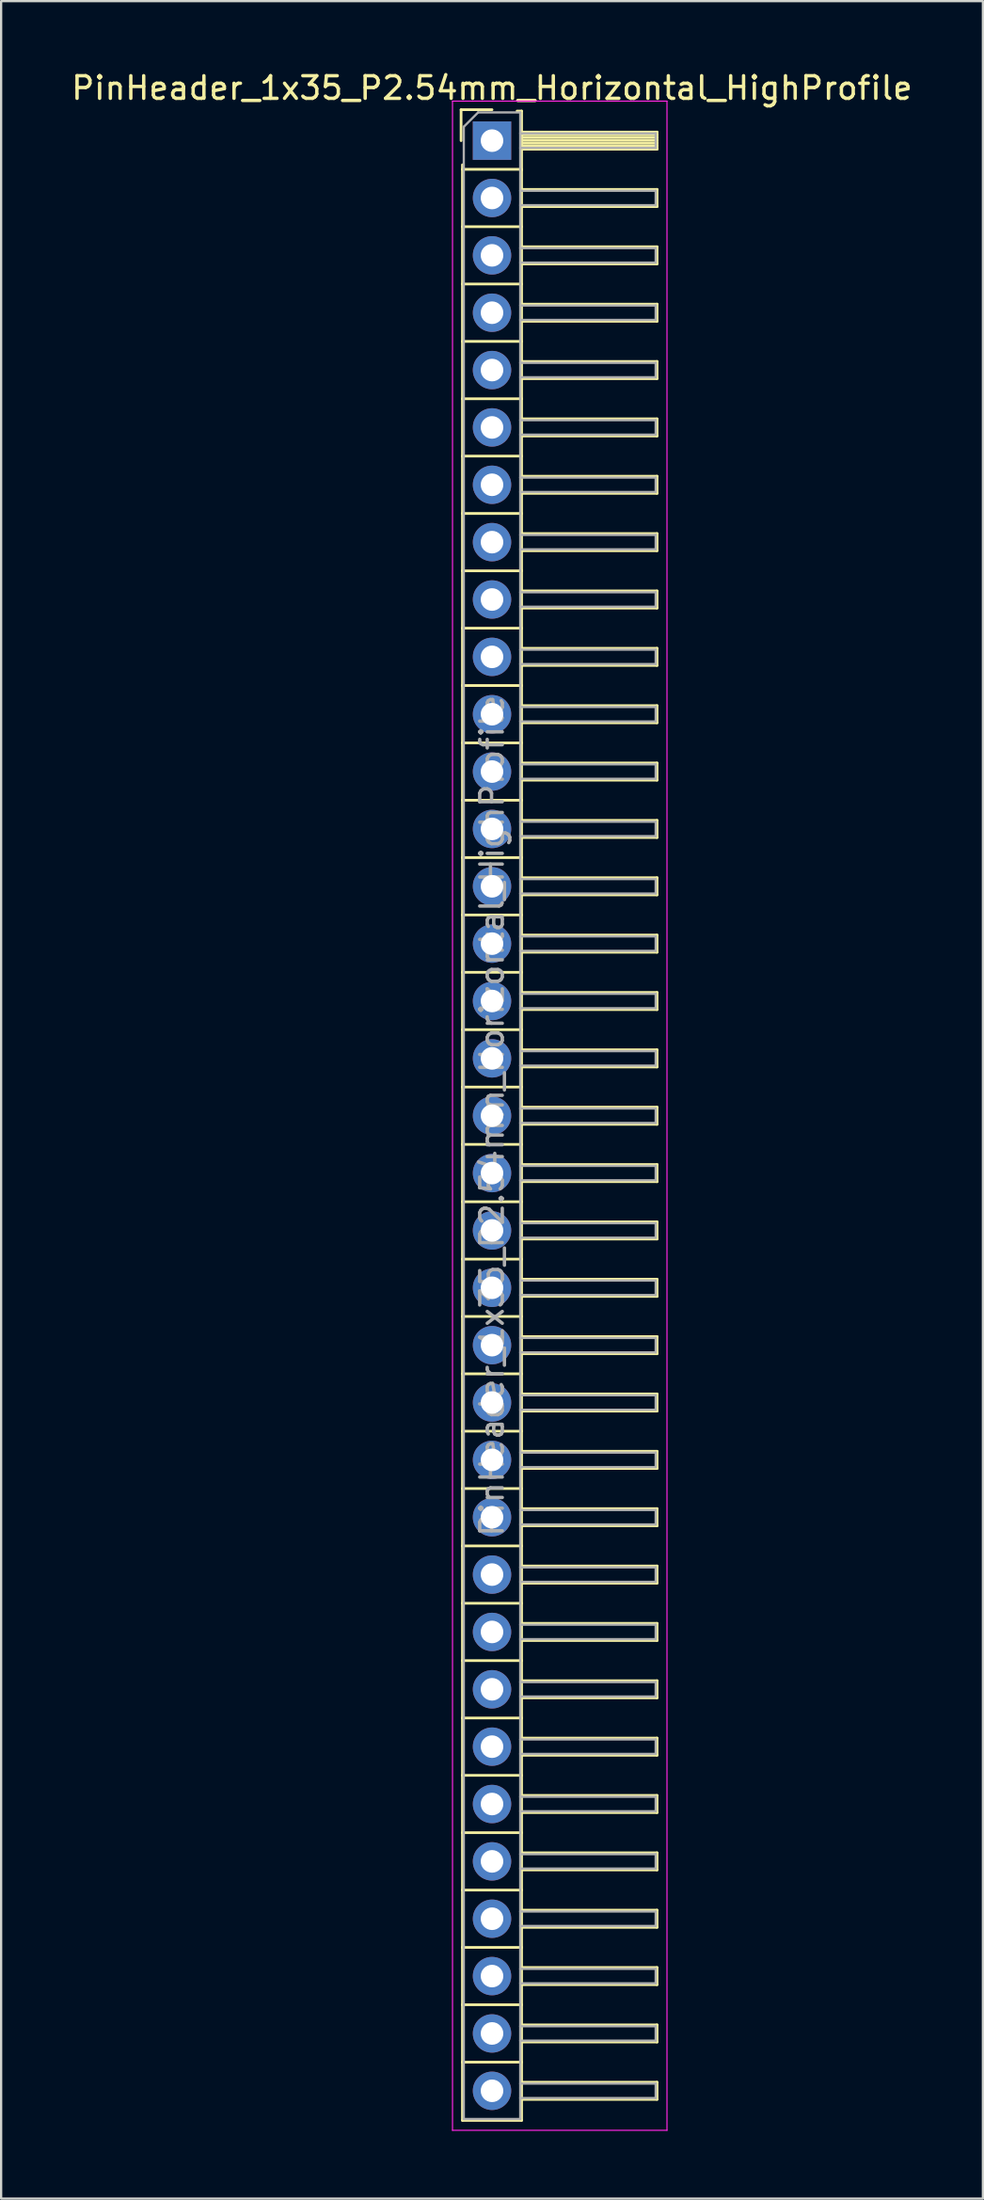
<source format=kicad_pcb>
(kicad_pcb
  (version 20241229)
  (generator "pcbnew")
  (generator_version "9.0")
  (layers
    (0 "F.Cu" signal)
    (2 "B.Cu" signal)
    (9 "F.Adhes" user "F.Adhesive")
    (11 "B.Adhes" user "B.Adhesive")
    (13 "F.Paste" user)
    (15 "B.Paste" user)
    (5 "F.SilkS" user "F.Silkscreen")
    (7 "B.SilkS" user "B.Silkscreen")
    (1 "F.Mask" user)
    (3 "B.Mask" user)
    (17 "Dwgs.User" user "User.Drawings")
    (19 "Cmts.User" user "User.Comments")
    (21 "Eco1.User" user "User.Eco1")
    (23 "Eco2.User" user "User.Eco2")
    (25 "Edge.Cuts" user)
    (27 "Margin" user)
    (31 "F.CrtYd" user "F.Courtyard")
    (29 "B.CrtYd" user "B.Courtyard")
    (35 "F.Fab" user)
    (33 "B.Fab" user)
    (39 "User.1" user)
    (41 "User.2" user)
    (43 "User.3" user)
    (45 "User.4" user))
  (footprint "PinHeader_1x35_P2.54mm_Horizontal_HighProfile"
    (layer "F.Cu")
    (at 18.744 3.178)
    (property "Reference" "PinHeader_1x35_P2.54mm_Horizontal_HighProfile" (at 0 -2.33 0) (layer "F.SilkS") (effects (font (size 1 1) (thickness 0.15))))
    (attr through_hole)
    (fp_line (start -1.37 -1.37) (end -1.37 0) (stroke (width 0.12) (type solid)) (layer "F.SilkS"))
    (fp_line (start -1.37 -1.37) (end 0 -1.37) (stroke (width 0.12) (type solid)) (layer "F.SilkS"))
    (fp_line (start -1.31 1.27) (end -1.31 1.07) (stroke (width 0.12) (type solid)) (layer "F.SilkS"))
    (fp_line (start -1.31 1.27) (end -1.31 3.81) (stroke (width 0.12) (type solid)) (layer "F.SilkS"))
    (fp_line (start -1.31 1.27) (end 1.31 1.27) (stroke (width 0.12) (type solid)) (layer "F.SilkS"))
    (fp_line (start -1.31 3.81) (end -1.31 6.35) (stroke (width 0.12) (type solid)) (layer "F.SilkS"))
    (fp_line (start -1.31 3.81) (end 1.31 3.81) (stroke (width 0.12) (type solid)) (layer "F.SilkS"))
    (fp_line (start -1.31 6.35) (end -1.31 8.89) (stroke (width 0.12) (type solid)) (layer "F.SilkS"))
    (fp_line (start -1.31 6.35) (end 1.31 6.35) (stroke (width 0.12) (type solid)) (layer "F.SilkS"))
    (fp_line (start -1.31 8.89) (end -1.31 11.43) (stroke (width 0.12) (type solid)) (layer "F.SilkS"))
    (fp_line (start -1.31 8.89) (end 1.31 8.89) (stroke (width 0.12) (type solid)) (layer "F.SilkS"))
    (fp_line (start -1.31 11.43) (end -1.31 13.97) (stroke (width 0.12) (type solid)) (layer "F.SilkS"))
    (fp_line (start -1.31 11.43) (end 1.31 11.43) (stroke (width 0.12) (type solid)) (layer "F.SilkS"))
    (fp_line (start -1.31 13.97) (end -1.31 16.51) (stroke (width 0.12) (type solid)) (layer "F.SilkS"))
    (fp_line (start -1.31 13.97) (end 1.31 13.97) (stroke (width 0.12) (type solid)) (layer "F.SilkS"))
    (fp_line (start -1.31 16.51) (end -1.31 19.05) (stroke (width 0.12) (type solid)) (layer "F.SilkS"))
    (fp_line (start -1.31 16.51) (end 1.31 16.51) (stroke (width 0.12) (type solid)) (layer "F.SilkS"))
    (fp_line (start -1.31 19.05) (end -1.31 21.59) (stroke (width 0.12) (type solid)) (layer "F.SilkS"))
    (fp_line (start -1.31 19.05) (end 1.31 19.05) (stroke (width 0.12) (type solid)) (layer "F.SilkS"))
    (fp_line (start -1.31 21.59) (end -1.31 24.13) (stroke (width 0.12) (type solid)) (layer "F.SilkS"))
    (fp_line (start -1.31 21.59) (end 1.31 21.59) (stroke (width 0.12) (type solid)) (layer "F.SilkS"))
    (fp_line (start -1.31 24.13) (end -1.31 26.67) (stroke (width 0.12) (type solid)) (layer "F.SilkS"))
    (fp_line (start -1.31 24.13) (end 1.31 24.13) (stroke (width 0.12) (type solid)) (layer "F.SilkS"))
    (fp_line (start -1.31 26.67) (end -1.31 29.21) (stroke (width 0.12) (type solid)) (layer "F.SilkS"))
    (fp_line (start -1.31 26.67) (end 1.31 26.67) (stroke (width 0.12) (type solid)) (layer "F.SilkS"))
    (fp_line (start -1.31 29.21) (end -1.31 31.75) (stroke (width 0.12) (type solid)) (layer "F.SilkS"))
    (fp_line (start -1.31 29.21) (end 1.31 29.21) (stroke (width 0.12) (type solid)) (layer "F.SilkS"))
    (fp_line (start -1.31 31.75) (end -1.31 34.29) (stroke (width 0.12) (type solid)) (layer "F.SilkS"))
    (fp_line (start -1.31 31.75) (end 1.31 31.75) (stroke (width 0.12) (type solid)) (layer "F.SilkS"))
    (fp_line (start -1.31 34.29) (end -1.31 36.83) (stroke (width 0.12) (type solid)) (layer "F.SilkS"))
    (fp_line (start -1.31 34.29) (end 1.31 34.29) (stroke (width 0.12) (type solid)) (layer "F.SilkS"))
    (fp_line (start -1.31 36.83) (end -1.31 39.37) (stroke (width 0.12) (type solid)) (layer "F.SilkS"))
    (fp_line (start -1.31 36.83) (end 1.31 36.83) (stroke (width 0.12) (type solid)) (layer "F.SilkS"))
    (fp_line (start -1.31 39.37) (end -1.31 41.91) (stroke (width 0.12) (type solid)) (layer "F.SilkS"))
    (fp_line (start -1.31 39.37) (end 1.31 39.37) (stroke (width 0.12) (type solid)) (layer "F.SilkS"))
    (fp_line (start -1.31 41.91) (end -1.31 44.45) (stroke (width 0.12) (type solid)) (layer "F.SilkS"))
    (fp_line (start -1.31 41.91) (end 1.31 41.91) (stroke (width 0.12) (type solid)) (layer "F.SilkS"))
    (fp_line (start -1.31 44.45) (end -1.31 46.99) (stroke (width 0.12) (type solid)) (layer "F.SilkS"))
    (fp_line (start -1.31 44.45) (end 1.31 44.45) (stroke (width 0.12) (type solid)) (layer "F.SilkS"))
    (fp_line (start -1.31 46.99) (end -1.31 49.53) (stroke (width 0.12) (type solid)) (layer "F.SilkS"))
    (fp_line (start -1.31 46.99) (end 1.31 46.99) (stroke (width 0.12) (type solid)) (layer "F.SilkS"))
    (fp_line (start -1.31 49.53) (end -1.31 52.07) (stroke (width 0.12) (type solid)) (layer "F.SilkS"))
    (fp_line (start -1.31 49.53) (end 1.31 49.53) (stroke (width 0.12) (type solid)) (layer "F.SilkS"))
    (fp_line (start -1.31 52.07) (end -1.31 54.61) (stroke (width 0.12) (type solid)) (layer "F.SilkS"))
    (fp_line (start -1.31 52.07) (end 1.31 52.07) (stroke (width 0.12) (type solid)) (layer "F.SilkS"))
    (fp_line (start -1.31 54.61) (end -1.31 57.15) (stroke (width 0.12) (type solid)) (layer "F.SilkS"))
    (fp_line (start -1.31 54.61) (end 1.31 54.61) (stroke (width 0.12) (type solid)) (layer "F.SilkS"))
    (fp_line (start -1.31 57.15) (end -1.31 59.69) (stroke (width 0.12) (type solid)) (layer "F.SilkS"))
    (fp_line (start -1.31 57.15) (end 1.31 57.15) (stroke (width 0.12) (type solid)) (layer "F.SilkS"))
    (fp_line (start -1.31 59.69) (end -1.31 62.23) (stroke (width 0.12) (type solid)) (layer "F.SilkS"))
    (fp_line (start -1.31 59.69) (end 1.31 59.69) (stroke (width 0.12) (type solid)) (layer "F.SilkS"))
    (fp_line (start -1.31 62.23) (end -1.31 64.77) (stroke (width 0.12) (type solid)) (layer "F.SilkS"))
    (fp_line (start -1.31 62.23) (end 1.31 62.23) (stroke (width 0.12) (type solid)) (layer "F.SilkS"))
    (fp_line (start -1.31 64.77) (end -1.31 67.31) (stroke (width 0.12) (type solid)) (layer "F.SilkS"))
    (fp_line (start -1.31 64.77) (end 1.31 64.77) (stroke (width 0.12) (type solid)) (layer "F.SilkS"))
    (fp_line (start -1.31 67.31) (end -1.31 69.85) (stroke (width 0.12) (type solid)) (layer "F.SilkS"))
    (fp_line (start -1.31 67.31) (end 1.31 67.31) (stroke (width 0.12) (type solid)) (layer "F.SilkS"))
    (fp_line (start -1.31 69.85) (end -1.31 72.39) (stroke (width 0.12) (type solid)) (layer "F.SilkS"))
    (fp_line (start -1.31 69.85) (end 1.31 69.85) (stroke (width 0.12) (type solid)) (layer "F.SilkS"))
    (fp_line (start -1.31 72.39) (end -1.31 74.93) (stroke (width 0.12) (type solid)) (layer "F.SilkS"))
    (fp_line (start -1.31 72.39) (end 1.31 72.39) (stroke (width 0.12) (type solid)) (layer "F.SilkS"))
    (fp_line (start -1.31 74.93) (end -1.31 77.47) (stroke (width 0.12) (type solid)) (layer "F.SilkS"))
    (fp_line (start -1.31 74.93) (end 1.31 74.93) (stroke (width 0.12) (type solid)) (layer "F.SilkS"))
    (fp_line (start -1.31 77.47) (end -1.31 80.01) (stroke (width 0.12) (type solid)) (layer "F.SilkS"))
    (fp_line (start -1.31 77.47) (end 1.31 77.47) (stroke (width 0.12) (type solid)) (layer "F.SilkS"))
    (fp_line (start -1.31 80.01) (end -1.31 82.55) (stroke (width 0.12) (type solid)) (layer "F.SilkS"))
    (fp_line (start -1.31 80.01) (end 1.31 80.01) (stroke (width 0.12) (type solid)) (layer "F.SilkS"))
    (fp_line (start -1.31 82.55) (end -1.31 85.09) (stroke (width 0.12) (type solid)) (layer "F.SilkS"))
    (fp_line (start -1.31 82.55) (end 1.31 82.55) (stroke (width 0.12) (type solid)) (layer "F.SilkS"))
    (fp_line (start -1.31 85.09) (end -1.31 87.67) (stroke (width 0.12) (type solid)) (layer "F.SilkS"))
    (fp_line (start -1.31 85.09) (end 1.31 85.09) (stroke (width 0.12) (type solid)) (layer "F.SilkS"))
    (fp_line (start -1.31 87.67) (end 1.31 87.67) (stroke (width 0.12) (type solid)) (layer "F.SilkS"))
    (fp_line (start 1.11 -1.31) (end 1.31 -1.31) (stroke (width 0.12) (type solid)) (layer "F.SilkS"))
    (fp_line (start 1.31 -1.31) (end 1.31 1.31) (stroke (width 0.12) (type solid)) (layer "F.SilkS"))
    (fp_line (start 1.31 -0.38) (end 7.31 -0.38) (stroke (width 0.12) (type solid)) (layer "F.SilkS"))
    (fp_line (start 1.31 -0.26) (end 7.31 -0.26) (stroke (width 0.12) (type solid)) (layer "F.SilkS"))
    (fp_line (start 1.31 -0.14) (end 7.31 -0.14) (stroke (width 0.12) (type solid)) (layer "F.SilkS"))
    (fp_line (start 1.31 -0.02) (end 7.31 -0.02) (stroke (width 0.12) (type solid)) (layer "F.SilkS"))
    (fp_line (start 1.31 0.1) (end 7.31 0.1) (stroke (width 0.12) (type solid)) (layer "F.SilkS"))
    (fp_line (start 1.31 0.22) (end 7.31 0.22) (stroke (width 0.12) (type solid)) (layer "F.SilkS"))
    (fp_line (start 1.31 0.34) (end 7.31 0.34) (stroke (width 0.12) (type solid)) (layer "F.SilkS"))
    (fp_line (start 1.31 0.38) (end 7.31 0.38) (stroke (width 0.12) (type solid)) (layer "F.SilkS"))
    (fp_line (start 1.31 1.27) (end 1.31 3.81) (stroke (width 0.12) (type solid)) (layer "F.SilkS"))
    (fp_line (start 1.31 2.16) (end 7.31 2.16) (stroke (width 0.12) (type solid)) (layer "F.SilkS"))
    (fp_line (start 1.31 2.92) (end 7.31 2.92) (stroke (width 0.12) (type solid)) (layer "F.SilkS"))
    (fp_line (start 1.31 3.81) (end 1.31 6.35) (stroke (width 0.12) (type solid)) (layer "F.SilkS"))
    (fp_line (start 1.31 4.7) (end 7.31 4.7) (stroke (width 0.12) (type solid)) (layer "F.SilkS"))
    (fp_line (start 1.31 5.46) (end 7.31 5.46) (stroke (width 0.12) (type solid)) (layer "F.SilkS"))
    (fp_line (start 1.31 6.35) (end 1.31 8.89) (stroke (width 0.12) (type solid)) (layer "F.SilkS"))
    (fp_line (start 1.31 7.24) (end 7.31 7.24) (stroke (width 0.12) (type solid)) (layer "F.SilkS"))
    (fp_line (start 1.31 8) (end 7.31 8) (stroke (width 0.12) (type solid)) (layer "F.SilkS"))
    (fp_line (start 1.31 8.89) (end 1.31 11.43) (stroke (width 0.12) (type solid)) (layer "F.SilkS"))
    (fp_line (start 1.31 9.78) (end 7.31 9.78) (stroke (width 0.12) (type solid)) (layer "F.SilkS"))
    (fp_line (start 1.31 10.54) (end 7.31 10.54) (stroke (width 0.12) (type solid)) (layer "F.SilkS"))
    (fp_line (start 1.31 11.43) (end 1.31 13.97) (stroke (width 0.12) (type solid)) (layer "F.SilkS"))
    (fp_line (start 1.31 12.32) (end 7.31 12.32) (stroke (width 0.12) (type solid)) (layer "F.SilkS"))
    (fp_line (start 1.31 13.08) (end 7.31 13.08) (stroke (width 0.12) (type solid)) (layer "F.SilkS"))
    (fp_line (start 1.31 13.97) (end 1.31 16.51) (stroke (width 0.12) (type solid)) (layer "F.SilkS"))
    (fp_line (start 1.31 14.86) (end 7.31 14.86) (stroke (width 0.12) (type solid)) (layer "F.SilkS"))
    (fp_line (start 1.31 15.62) (end 7.31 15.62) (stroke (width 0.12) (type solid)) (layer "F.SilkS"))
    (fp_line (start 1.31 16.51) (end 1.31 19.05) (stroke (width 0.12) (type solid)) (layer "F.SilkS"))
    (fp_line (start 1.31 17.4) (end 7.31 17.4) (stroke (width 0.12) (type solid)) (layer "F.SilkS"))
    (fp_line (start 1.31 18.16) (end 7.31 18.16) (stroke (width 0.12) (type solid)) (layer "F.SilkS"))
    (fp_line (start 1.31 19.05) (end 1.31 21.59) (stroke (width 0.12) (type solid)) (layer "F.SilkS"))
    (fp_line (start 1.31 19.94) (end 7.31 19.94) (stroke (width 0.12) (type solid)) (layer "F.SilkS"))
    (fp_line (start 1.31 20.7) (end 7.31 20.7) (stroke (width 0.12) (type solid)) (layer "F.SilkS"))
    (fp_line (start 1.31 21.59) (end 1.31 24.13) (stroke (width 0.12) (type solid)) (layer "F.SilkS"))
    (fp_line (start 1.31 22.48) (end 7.31 22.48) (stroke (width 0.12) (type solid)) (layer "F.SilkS"))
    (fp_line (start 1.31 23.24) (end 7.31 23.24) (stroke (width 0.12) (type solid)) (layer "F.SilkS"))
    (fp_line (start 1.31 24.13) (end 1.31 26.67) (stroke (width 0.12) (type solid)) (layer "F.SilkS"))
    (fp_line (start 1.31 25.02) (end 7.31 25.02) (stroke (width 0.12) (type solid)) (layer "F.SilkS"))
    (fp_line (start 1.31 25.78) (end 7.31 25.78) (stroke (width 0.12) (type solid)) (layer "F.SilkS"))
    (fp_line (start 1.31 26.67) (end 1.31 29.21) (stroke (width 0.12) (type solid)) (layer "F.SilkS"))
    (fp_line (start 1.31 27.56) (end 7.31 27.56) (stroke (width 0.12) (type solid)) (layer "F.SilkS"))
    (fp_line (start 1.31 28.32) (end 7.31 28.32) (stroke (width 0.12) (type solid)) (layer "F.SilkS"))
    (fp_line (start 1.31 29.21) (end 1.31 31.75) (stroke (width 0.12) (type solid)) (layer "F.SilkS"))
    (fp_line (start 1.31 30.1) (end 7.31 30.1) (stroke (width 0.12) (type solid)) (layer "F.SilkS"))
    (fp_line (start 1.31 30.86) (end 7.31 30.86) (stroke (width 0.12) (type solid)) (layer "F.SilkS"))
    (fp_line (start 1.31 31.75) (end 1.31 34.29) (stroke (width 0.12) (type solid)) (layer "F.SilkS"))
    (fp_line (start 1.31 32.64) (end 7.31 32.64) (stroke (width 0.12) (type solid)) (layer "F.SilkS"))
    (fp_line (start 1.31 33.4) (end 7.31 33.4) (stroke (width 0.12) (type solid)) (layer "F.SilkS"))
    (fp_line (start 1.31 34.29) (end 1.31 36.83) (stroke (width 0.12) (type solid)) (layer "F.SilkS"))
    (fp_line (start 1.31 35.18) (end 7.31 35.18) (stroke (width 0.12) (type solid)) (layer "F.SilkS"))
    (fp_line (start 1.31 35.94) (end 7.31 35.94) (stroke (width 0.12) (type solid)) (layer "F.SilkS"))
    (fp_line (start 1.31 36.83) (end 1.31 39.37) (stroke (width 0.12) (type solid)) (layer "F.SilkS"))
    (fp_line (start 1.31 37.72) (end 7.31 37.72) (stroke (width 0.12) (type solid)) (layer "F.SilkS"))
    (fp_line (start 1.31 38.48) (end 7.31 38.48) (stroke (width 0.12) (type solid)) (layer "F.SilkS"))
    (fp_line (start 1.31 39.37) (end 1.31 41.91) (stroke (width 0.12) (type solid)) (layer "F.SilkS"))
    (fp_line (start 1.31 40.26) (end 7.31 40.26) (stroke (width 0.12) (type solid)) (layer "F.SilkS"))
    (fp_line (start 1.31 41.02) (end 7.31 41.02) (stroke (width 0.12) (type solid)) (layer "F.SilkS"))
    (fp_line (start 1.31 41.91) (end 1.31 44.45) (stroke (width 0.12) (type solid)) (layer "F.SilkS"))
    (fp_line (start 1.31 42.8) (end 7.31 42.8) (stroke (width 0.12) (type solid)) (layer "F.SilkS"))
    (fp_line (start 1.31 43.56) (end 7.31 43.56) (stroke (width 0.12) (type solid)) (layer "F.SilkS"))
    (fp_line (start 1.31 44.45) (end 1.31 46.99) (stroke (width 0.12) (type solid)) (layer "F.SilkS"))
    (fp_line (start 1.31 45.34) (end 7.31 45.34) (stroke (width 0.12) (type solid)) (layer "F.SilkS"))
    (fp_line (start 1.31 46.1) (end 7.31 46.1) (stroke (width 0.12) (type solid)) (layer "F.SilkS"))
    (fp_line (start 1.31 46.99) (end 1.31 49.53) (stroke (width 0.12) (type solid)) (layer "F.SilkS"))
    (fp_line (start 1.31 47.88) (end 7.31 47.88) (stroke (width 0.12) (type solid)) (layer "F.SilkS"))
    (fp_line (start 1.31 48.64) (end 7.31 48.64) (stroke (width 0.12) (type solid)) (layer "F.SilkS"))
    (fp_line (start 1.31 49.53) (end 1.31 52.07) (stroke (width 0.12) (type solid)) (layer "F.SilkS"))
    (fp_line (start 1.31 50.42) (end 7.31 50.42) (stroke (width 0.12) (type solid)) (layer "F.SilkS"))
    (fp_line (start 1.31 51.18) (end 7.31 51.18) (stroke (width 0.12) (type solid)) (layer "F.SilkS"))
    (fp_line (start 1.31 52.07) (end 1.31 54.61) (stroke (width 0.12) (type solid)) (layer "F.SilkS"))
    (fp_line (start 1.31 52.96) (end 7.31 52.96) (stroke (width 0.12) (type solid)) (layer "F.SilkS"))
    (fp_line (start 1.31 53.72) (end 7.31 53.72) (stroke (width 0.12) (type solid)) (layer "F.SilkS"))
    (fp_line (start 1.31 54.61) (end 1.31 57.15) (stroke (width 0.12) (type solid)) (layer "F.SilkS"))
    (fp_line (start 1.31 55.5) (end 7.31 55.5) (stroke (width 0.12) (type solid)) (layer "F.SilkS"))
    (fp_line (start 1.31 56.26) (end 7.31 56.26) (stroke (width 0.12) (type solid)) (layer "F.SilkS"))
    (fp_line (start 1.31 57.15) (end 1.31 59.69) (stroke (width 0.12) (type solid)) (layer "F.SilkS"))
    (fp_line (start 1.31 58.04) (end 7.31 58.04) (stroke (width 0.12) (type solid)) (layer "F.SilkS"))
    (fp_line (start 1.31 58.8) (end 7.31 58.8) (stroke (width 0.12) (type solid)) (layer "F.SilkS"))
    (fp_line (start 1.31 59.69) (end 1.31 62.23) (stroke (width 0.12) (type solid)) (layer "F.SilkS"))
    (fp_line (start 1.31 60.58) (end 7.31 60.58) (stroke (width 0.12) (type solid)) (layer "F.SilkS"))
    (fp_line (start 1.31 61.34) (end 7.31 61.34) (stroke (width 0.12) (type solid)) (layer "F.SilkS"))
    (fp_line (start 1.31 62.23) (end 1.31 64.77) (stroke (width 0.12) (type solid)) (layer "F.SilkS"))
    (fp_line (start 1.31 63.12) (end 7.31 63.12) (stroke (width 0.12) (type solid)) (layer "F.SilkS"))
    (fp_line (start 1.31 63.88) (end 7.31 63.88) (stroke (width 0.12) (type solid)) (layer "F.SilkS"))
    (fp_line (start 1.31 64.77) (end 1.31 67.31) (stroke (width 0.12) (type solid)) (layer "F.SilkS"))
    (fp_line (start 1.31 65.66) (end 7.31 65.66) (stroke (width 0.12) (type solid)) (layer "F.SilkS"))
    (fp_line (start 1.31 66.42) (end 7.31 66.42) (stroke (width 0.12) (type solid)) (layer "F.SilkS"))
    (fp_line (start 1.31 67.31) (end 1.31 69.85) (stroke (width 0.12) (type solid)) (layer "F.SilkS"))
    (fp_line (start 1.31 68.2) (end 7.31 68.2) (stroke (width 0.12) (type solid)) (layer "F.SilkS"))
    (fp_line (start 1.31 68.96) (end 7.31 68.96) (stroke (width 0.12) (type solid)) (layer "F.SilkS"))
    (fp_line (start 1.31 69.85) (end 1.31 72.39) (stroke (width 0.12) (type solid)) (layer "F.SilkS"))
    (fp_line (start 1.31 70.74) (end 7.31 70.74) (stroke (width 0.12) (type solid)) (layer "F.SilkS"))
    (fp_line (start 1.31 71.5) (end 7.31 71.5) (stroke (width 0.12) (type solid)) (layer "F.SilkS"))
    (fp_line (start 1.31 72.39) (end 1.31 74.93) (stroke (width 0.12) (type solid)) (layer "F.SilkS"))
    (fp_line (start 1.31 73.28) (end 7.31 73.28) (stroke (width 0.12) (type solid)) (layer "F.SilkS"))
    (fp_line (start 1.31 74.04) (end 7.31 74.04) (stroke (width 0.12) (type solid)) (layer "F.SilkS"))
    (fp_line (start 1.31 74.93) (end 1.31 77.47) (stroke (width 0.12) (type solid)) (layer "F.SilkS"))
    (fp_line (start 1.31 75.82) (end 7.31 75.82) (stroke (width 0.12) (type solid)) (layer "F.SilkS"))
    (fp_line (start 1.31 76.58) (end 7.31 76.58) (stroke (width 0.12) (type solid)) (layer "F.SilkS"))
    (fp_line (start 1.31 77.47) (end 1.31 80.01) (stroke (width 0.12) (type solid)) (layer "F.SilkS"))
    (fp_line (start 1.31 78.36) (end 7.31 78.36) (stroke (width 0.12) (type solid)) (layer "F.SilkS"))
    (fp_line (start 1.31 79.12) (end 7.31 79.12) (stroke (width 0.12) (type solid)) (layer "F.SilkS"))
    (fp_line (start 1.31 80.01) (end 1.31 82.55) (stroke (width 0.12) (type solid)) (layer "F.SilkS"))
    (fp_line (start 1.31 80.9) (end 7.31 80.9) (stroke (width 0.12) (type solid)) (layer "F.SilkS"))
    (fp_line (start 1.31 81.66) (end 7.31 81.66) (stroke (width 0.12) (type solid)) (layer "F.SilkS"))
    (fp_line (start 1.31 82.55) (end 1.31 85.09) (stroke (width 0.12) (type solid)) (layer "F.SilkS"))
    (fp_line (start 1.31 83.44) (end 7.31 83.44) (stroke (width 0.12) (type solid)) (layer "F.SilkS"))
    (fp_line (start 1.31 84.2) (end 7.31 84.2) (stroke (width 0.12) (type solid)) (layer "F.SilkS"))
    (fp_line (start 1.31 85.09) (end 1.31 87.67) (stroke (width 0.12) (type solid)) (layer "F.SilkS"))
    (fp_line (start 1.31 85.98) (end 7.31 85.98) (stroke (width 0.12) (type solid)) (layer "F.SilkS"))
    (fp_line (start 1.31 86.74) (end 7.31 86.74) (stroke (width 0.12) (type solid)) (layer "F.SilkS"))
    (fp_line (start 7.31 -0.38) (end 7.31 0.38) (stroke (width 0.12) (type solid)) (layer "F.SilkS"))
    (fp_line (start 7.31 2.16) (end 7.31 2.92) (stroke (width 0.12) (type solid)) (layer "F.SilkS"))
    (fp_line (start 7.31 4.7) (end 7.31 5.46) (stroke (width 0.12) (type solid)) (layer "F.SilkS"))
    (fp_line (start 7.31 7.24) (end 7.31 8) (stroke (width 0.12) (type solid)) (layer "F.SilkS"))
    (fp_line (start 7.31 9.78) (end 7.31 10.54) (stroke (width 0.12) (type solid)) (layer "F.SilkS"))
    (fp_line (start 7.31 12.32) (end 7.31 13.08) (stroke (width 0.12) (type solid)) (layer "F.SilkS"))
    (fp_line (start 7.31 14.86) (end 7.31 15.62) (stroke (width 0.12) (type solid)) (layer "F.SilkS"))
    (fp_line (start 7.31 17.4) (end 7.31 18.16) (stroke (width 0.12) (type solid)) (layer "F.SilkS"))
    (fp_line (start 7.31 19.94) (end 7.31 20.7) (stroke (width 0.12) (type solid)) (layer "F.SilkS"))
    (fp_line (start 7.31 22.48) (end 7.31 23.24) (stroke (width 0.12) (type solid)) (layer "F.SilkS"))
    (fp_line (start 7.31 25.02) (end 7.31 25.78) (stroke (width 0.12) (type solid)) (layer "F.SilkS"))
    (fp_line (start 7.31 27.56) (end 7.31 28.32) (stroke (width 0.12) (type solid)) (layer "F.SilkS"))
    (fp_line (start 7.31 30.1) (end 7.31 30.86) (stroke (width 0.12) (type solid)) (layer "F.SilkS"))
    (fp_line (start 7.31 32.64) (end 7.31 33.4) (stroke (width 0.12) (type solid)) (layer "F.SilkS"))
    (fp_line (start 7.31 35.18) (end 7.31 35.94) (stroke (width 0.12) (type solid)) (layer "F.SilkS"))
    (fp_line (start 7.31 37.72) (end 7.31 38.48) (stroke (width 0.12) (type solid)) (layer "F.SilkS"))
    (fp_line (start 7.31 40.26) (end 7.31 41.02) (stroke (width 0.12) (type solid)) (layer "F.SilkS"))
    (fp_line (start 7.31 42.8) (end 7.31 43.56) (stroke (width 0.12) (type solid)) (layer "F.SilkS"))
    (fp_line (start 7.31 45.34) (end 7.31 46.1) (stroke (width 0.12) (type solid)) (layer "F.SilkS"))
    (fp_line (start 7.31 47.88) (end 7.31 48.64) (stroke (width 0.12) (type solid)) (layer "F.SilkS"))
    (fp_line (start 7.31 50.42) (end 7.31 51.18) (stroke (width 0.12) (type solid)) (layer "F.SilkS"))
    (fp_line (start 7.31 52.96) (end 7.31 53.72) (stroke (width 0.12) (type solid)) (layer "F.SilkS"))
    (fp_line (start 7.31 55.5) (end 7.31 56.26) (stroke (width 0.12) (type solid)) (layer "F.SilkS"))
    (fp_line (start 7.31 58.04) (end 7.31 58.8) (stroke (width 0.12) (type solid)) (layer "F.SilkS"))
    (fp_line (start 7.31 60.58) (end 7.31 61.34) (stroke (width 0.12) (type solid)) (layer "F.SilkS"))
    (fp_line (start 7.31 63.12) (end 7.31 63.88) (stroke (width 0.12) (type solid)) (layer "F.SilkS"))
    (fp_line (start 7.31 65.66) (end 7.31 66.42) (stroke (width 0.12) (type solid)) (layer "F.SilkS"))
    (fp_line (start 7.31 68.2) (end 7.31 68.96) (stroke (width 0.12) (type solid)) (layer "F.SilkS"))
    (fp_line (start 7.31 70.74) (end 7.31 71.5) (stroke (width 0.12) (type solid)) (layer "F.SilkS"))
    (fp_line (start 7.31 73.28) (end 7.31 74.04) (stroke (width 0.12) (type solid)) (layer "F.SilkS"))
    (fp_line (start 7.31 75.82) (end 7.31 76.58) (stroke (width 0.12) (type solid)) (layer "F.SilkS"))
    (fp_line (start 7.31 78.36) (end 7.31 79.12) (stroke (width 0.12) (type solid)) (layer "F.SilkS"))
    (fp_line (start 7.31 80.9) (end 7.31 81.66) (stroke (width 0.12) (type solid)) (layer "F.SilkS"))
    (fp_line (start 7.31 83.44) (end 7.31 84.2) (stroke (width 0.12) (type solid)) (layer "F.SilkS"))
    (fp_line (start 7.31 85.98) (end 7.31 86.74) (stroke (width 0.12) (type solid)) (layer "F.SilkS"))
    (fp_line (start -1.75 -1.75) (end -1.75 88.11) (stroke (width 0.05) (type solid)) (layer "F.CrtYd"))
    (fp_line (start -1.75 -1.75) (end 7.75 -1.75) (stroke (width 0.05) (type solid)) (layer "F.CrtYd"))
    (fp_line (start -1.75 88.11) (end 7.75 88.11) (stroke (width 0.05) (type solid)) (layer "F.CrtYd"))
    (fp_line (start 7.75 -1.75) (end 7.75 88.11) (stroke (width 0.05) (type solid)) (layer "F.CrtYd"))
    (fp_line (start -1.25 -0.615) (end -1.25 87.61) (stroke (width 0.1) (type solid)) (layer "F.Fab"))
    (fp_line (start -1.25 -0.615) (end -0.615 -1.25) (stroke (width 0.1) (type solid)) (layer "F.Fab"))
    (fp_line (start -1.25 87.61) (end 1.25 87.61) (stroke (width 0.1) (type solid)) (layer "F.Fab"))
    (fp_line (start -0.615 -1.25) (end 1.25 -1.25) (stroke (width 0.1) (type solid)) (layer "F.Fab"))
    (fp_line (start 1.25 -1.25) (end 1.25 87.61) (stroke (width 0.1) (type solid)) (layer "F.Fab"))
    (fp_line (start 1.25 -0.32) (end 7.25 -0.32) (stroke (width 0.1) (type solid)) (layer "F.Fab"))
    (fp_line (start 1.25 0.32) (end 7.25 0.32) (stroke (width 0.1) (type solid)) (layer "F.Fab"))
    (fp_line (start 1.25 2.22) (end 7.25 2.22) (stroke (width 0.1) (type solid)) (layer "F.Fab"))
    (fp_line (start 1.25 2.86) (end 7.25 2.86) (stroke (width 0.1) (type solid)) (layer "F.Fab"))
    (fp_line (start 1.25 4.76) (end 7.25 4.76) (stroke (width 0.1) (type solid)) (layer "F.Fab"))
    (fp_line (start 1.25 5.4) (end 7.25 5.4) (stroke (width 0.1) (type solid)) (layer "F.Fab"))
    (fp_line (start 1.25 7.3) (end 7.25 7.3) (stroke (width 0.1) (type solid)) (layer "F.Fab"))
    (fp_line (start 1.25 7.94) (end 7.25 7.94) (stroke (width 0.1) (type solid)) (layer "F.Fab"))
    (fp_line (start 1.25 9.84) (end 7.25 9.84) (stroke (width 0.1) (type solid)) (layer "F.Fab"))
    (fp_line (start 1.25 10.48) (end 7.25 10.48) (stroke (width 0.1) (type solid)) (layer "F.Fab"))
    (fp_line (start 1.25 12.38) (end 7.25 12.38) (stroke (width 0.1) (type solid)) (layer "F.Fab"))
    (fp_line (start 1.25 13.02) (end 7.25 13.02) (stroke (width 0.1) (type solid)) (layer "F.Fab"))
    (fp_line (start 1.25 14.92) (end 7.25 14.92) (stroke (width 0.1) (type solid)) (layer "F.Fab"))
    (fp_line (start 1.25 15.56) (end 7.25 15.56) (stroke (width 0.1) (type solid)) (layer "F.Fab"))
    (fp_line (start 1.25 17.46) (end 7.25 17.46) (stroke (width 0.1) (type solid)) (layer "F.Fab"))
    (fp_line (start 1.25 18.1) (end 7.25 18.1) (stroke (width 0.1) (type solid)) (layer "F.Fab"))
    (fp_line (start 1.25 20) (end 7.25 20) (stroke (width 0.1) (type solid)) (layer "F.Fab"))
    (fp_line (start 1.25 20.64) (end 7.25 20.64) (stroke (width 0.1) (type solid)) (layer "F.Fab"))
    (fp_line (start 1.25 22.54) (end 7.25 22.54) (stroke (width 0.1) (type solid)) (layer "F.Fab"))
    (fp_line (start 1.25 23.18) (end 7.25 23.18) (stroke (width 0.1) (type solid)) (layer "F.Fab"))
    (fp_line (start 1.25 25.08) (end 7.25 25.08) (stroke (width 0.1) (type solid)) (layer "F.Fab"))
    (fp_line (start 1.25 25.72) (end 7.25 25.72) (stroke (width 0.1) (type solid)) (layer "F.Fab"))
    (fp_line (start 1.25 27.62) (end 7.25 27.62) (stroke (width 0.1) (type solid)) (layer "F.Fab"))
    (fp_line (start 1.25 28.26) (end 7.25 28.26) (stroke (width 0.1) (type solid)) (layer "F.Fab"))
    (fp_line (start 1.25 30.16) (end 7.25 30.16) (stroke (width 0.1) (type solid)) (layer "F.Fab"))
    (fp_line (start 1.25 30.8) (end 7.25 30.8) (stroke (width 0.1) (type solid)) (layer "F.Fab"))
    (fp_line (start 1.25 32.7) (end 7.25 32.7) (stroke (width 0.1) (type solid)) (layer "F.Fab"))
    (fp_line (start 1.25 33.34) (end 7.25 33.34) (stroke (width 0.1) (type solid)) (layer "F.Fab"))
    (fp_line (start 1.25 35.24) (end 7.25 35.24) (stroke (width 0.1) (type solid)) (layer "F.Fab"))
    (fp_line (start 1.25 35.88) (end 7.25 35.88) (stroke (width 0.1) (type solid)) (layer "F.Fab"))
    (fp_line (start 1.25 37.78) (end 7.25 37.78) (stroke (width 0.1) (type solid)) (layer "F.Fab"))
    (fp_line (start 1.25 38.42) (end 7.25 38.42) (stroke (width 0.1) (type solid)) (layer "F.Fab"))
    (fp_line (start 1.25 40.32) (end 7.25 40.32) (stroke (width 0.1) (type solid)) (layer "F.Fab"))
    (fp_line (start 1.25 40.96) (end 7.25 40.96) (stroke (width 0.1) (type solid)) (layer "F.Fab"))
    (fp_line (start 1.25 42.86) (end 7.25 42.86) (stroke (width 0.1) (type solid)) (layer "F.Fab"))
    (fp_line (start 1.25 43.5) (end 7.25 43.5) (stroke (width 0.1) (type solid)) (layer "F.Fab"))
    (fp_line (start 1.25 45.4) (end 7.25 45.4) (stroke (width 0.1) (type solid)) (layer "F.Fab"))
    (fp_line (start 1.25 46.04) (end 7.25 46.04) (stroke (width 0.1) (type solid)) (layer "F.Fab"))
    (fp_line (start 1.25 47.94) (end 7.25 47.94) (stroke (width 0.1) (type solid)) (layer "F.Fab"))
    (fp_line (start 1.25 48.58) (end 7.25 48.58) (stroke (width 0.1) (type solid)) (layer "F.Fab"))
    (fp_line (start 1.25 50.48) (end 7.25 50.48) (stroke (width 0.1) (type solid)) (layer "F.Fab"))
    (fp_line (start 1.25 51.12) (end 7.25 51.12) (stroke (width 0.1) (type solid)) (layer "F.Fab"))
    (fp_line (start 1.25 53.02) (end 7.25 53.02) (stroke (width 0.1) (type solid)) (layer "F.Fab"))
    (fp_line (start 1.25 53.66) (end 7.25 53.66) (stroke (width 0.1) (type solid)) (layer "F.Fab"))
    (fp_line (start 1.25 55.56) (end 7.25 55.56) (stroke (width 0.1) (type solid)) (layer "F.Fab"))
    (fp_line (start 1.25 56.2) (end 7.25 56.2) (stroke (width 0.1) (type solid)) (layer "F.Fab"))
    (fp_line (start 1.25 58.1) (end 7.25 58.1) (stroke (width 0.1) (type solid)) (layer "F.Fab"))
    (fp_line (start 1.25 58.74) (end 7.25 58.74) (stroke (width 0.1) (type solid)) (layer "F.Fab"))
    (fp_line (start 1.25 60.64) (end 7.25 60.64) (stroke (width 0.1) (type solid)) (layer "F.Fab"))
    (fp_line (start 1.25 61.28) (end 7.25 61.28) (stroke (width 0.1) (type solid)) (layer "F.Fab"))
    (fp_line (start 1.25 63.18) (end 7.25 63.18) (stroke (width 0.1) (type solid)) (layer "F.Fab"))
    (fp_line (start 1.25 63.82) (end 7.25 63.82) (stroke (width 0.1) (type solid)) (layer "F.Fab"))
    (fp_line (start 1.25 65.72) (end 7.25 65.72) (stroke (width 0.1) (type solid)) (layer "F.Fab"))
    (fp_line (start 1.25 66.36) (end 7.25 66.36) (stroke (width 0.1) (type solid)) (layer "F.Fab"))
    (fp_line (start 1.25 68.26) (end 7.25 68.26) (stroke (width 0.1) (type solid)) (layer "F.Fab"))
    (fp_line (start 1.25 68.9) (end 7.25 68.9) (stroke (width 0.1) (type solid)) (layer "F.Fab"))
    (fp_line (start 1.25 70.8) (end 7.25 70.8) (stroke (width 0.1) (type solid)) (layer "F.Fab"))
    (fp_line (start 1.25 71.44) (end 7.25 71.44) (stroke (width 0.1) (type solid)) (layer "F.Fab"))
    (fp_line (start 1.25 73.34) (end 7.25 73.34) (stroke (width 0.1) (type solid)) (layer "F.Fab"))
    (fp_line (start 1.25 73.98) (end 7.25 73.98) (stroke (width 0.1) (type solid)) (layer "F.Fab"))
    (fp_line (start 1.25 75.88) (end 7.25 75.88) (stroke (width 0.1) (type solid)) (layer "F.Fab"))
    (fp_line (start 1.25 76.52) (end 7.25 76.52) (stroke (width 0.1) (type solid)) (layer "F.Fab"))
    (fp_line (start 1.25 78.42) (end 7.25 78.42) (stroke (width 0.1) (type solid)) (layer "F.Fab"))
    (fp_line (start 1.25 79.06) (end 7.25 79.06) (stroke (width 0.1) (type solid)) (layer "F.Fab"))
    (fp_line (start 1.25 80.96) (end 7.25 80.96) (stroke (width 0.1) (type solid)) (layer "F.Fab"))
    (fp_line (start 1.25 81.6) (end 7.25 81.6) (stroke (width 0.1) (type solid)) (layer "F.Fab"))
    (fp_line (start 1.25 83.5) (end 7.25 83.5) (stroke (width 0.1) (type solid)) (layer "F.Fab"))
    (fp_line (start 1.25 84.14) (end 7.25 84.14) (stroke (width 0.1) (type solid)) (layer "F.Fab"))
    (fp_line (start 1.25 86.04) (end 7.25 86.04) (stroke (width 0.1) (type solid)) (layer "F.Fab"))
    (fp_line (start 1.25 86.68) (end 7.25 86.68) (stroke (width 0.1) (type solid)) (layer "F.Fab"))
    (fp_line (start 7.25 -0.32) (end 7.25 0.32) (stroke (width 0.1) (type solid)) (layer "F.Fab"))
    (fp_line (start 7.25 2.22) (end 7.25 2.86) (stroke (width 0.1) (type solid)) (layer "F.Fab"))
    (fp_line (start 7.25 4.76) (end 7.25 5.4) (stroke (width 0.1) (type solid)) (layer "F.Fab"))
    (fp_line (start 7.25 7.3) (end 7.25 7.94) (stroke (width 0.1) (type solid)) (layer "F.Fab"))
    (fp_line (start 7.25 9.84) (end 7.25 10.48) (stroke (width 0.1) (type solid)) (layer "F.Fab"))
    (fp_line (start 7.25 12.38) (end 7.25 13.02) (stroke (width 0.1) (type solid)) (layer "F.Fab"))
    (fp_line (start 7.25 14.92) (end 7.25 15.56) (stroke (width 0.1) (type solid)) (layer "F.Fab"))
    (fp_line (start 7.25 17.46) (end 7.25 18.1) (stroke (width 0.1) (type solid)) (layer "F.Fab"))
    (fp_line (start 7.25 20) (end 7.25 20.64) (stroke (width 0.1) (type solid)) (layer "F.Fab"))
    (fp_line (start 7.25 22.54) (end 7.25 23.18) (stroke (width 0.1) (type solid)) (layer "F.Fab"))
    (fp_line (start 7.25 25.08) (end 7.25 25.72) (stroke (width 0.1) (type solid)) (layer "F.Fab"))
    (fp_line (start 7.25 27.62) (end 7.25 28.26) (stroke (width 0.1) (type solid)) (layer "F.Fab"))
    (fp_line (start 7.25 30.16) (end 7.25 30.8) (stroke (width 0.1) (type solid)) (layer "F.Fab"))
    (fp_line (start 7.25 32.7) (end 7.25 33.34) (stroke (width 0.1) (type solid)) (layer "F.Fab"))
    (fp_line (start 7.25 35.24) (end 7.25 35.88) (stroke (width 0.1) (type solid)) (layer "F.Fab"))
    (fp_line (start 7.25 37.78) (end 7.25 38.42) (stroke (width 0.1) (type solid)) (layer "F.Fab"))
    (fp_line (start 7.25 40.32) (end 7.25 40.96) (stroke (width 0.1) (type solid)) (layer "F.Fab"))
    (fp_line (start 7.25 42.86) (end 7.25 43.5) (stroke (width 0.1) (type solid)) (layer "F.Fab"))
    (fp_line (start 7.25 45.4) (end 7.25 46.04) (stroke (width 0.1) (type solid)) (layer "F.Fab"))
    (fp_line (start 7.25 47.94) (end 7.25 48.58) (stroke (width 0.1) (type solid)) (layer "F.Fab"))
    (fp_line (start 7.25 50.48) (end 7.25 51.12) (stroke (width 0.1) (type solid)) (layer "F.Fab"))
    (fp_line (start 7.25 53.02) (end 7.25 53.66) (stroke (width 0.1) (type solid)) (layer "F.Fab"))
    (fp_line (start 7.25 55.56) (end 7.25 56.2) (stroke (width 0.1) (type solid)) (layer "F.Fab"))
    (fp_line (start 7.25 58.1) (end 7.25 58.74) (stroke (width 0.1) (type solid)) (layer "F.Fab"))
    (fp_line (start 7.25 60.64) (end 7.25 61.28) (stroke (width 0.1) (type solid)) (layer "F.Fab"))
    (fp_line (start 7.25 63.18) (end 7.25 63.82) (stroke (width 0.1) (type solid)) (layer "F.Fab"))
    (fp_line (start 7.25 65.72) (end 7.25 66.36) (stroke (width 0.1) (type solid)) (layer "F.Fab"))
    (fp_line (start 7.25 68.26) (end 7.25 68.9) (stroke (width 0.1) (type solid)) (layer "F.Fab"))
    (fp_line (start 7.25 70.8) (end 7.25 71.44) (stroke (width 0.1) (type solid)) (layer "F.Fab"))
    (fp_line (start 7.25 73.34) (end 7.25 73.98) (stroke (width 0.1) (type solid)) (layer "F.Fab"))
    (fp_line (start 7.25 75.88) (end 7.25 76.52) (stroke (width 0.1) (type solid)) (layer "F.Fab"))
    (fp_line (start 7.25 78.42) (end 7.25 79.06) (stroke (width 0.1) (type solid)) (layer "F.Fab"))
    (fp_line (start 7.25 80.96) (end 7.25 81.6) (stroke (width 0.1) (type solid)) (layer "F.Fab"))
    (fp_line (start 7.25 83.5) (end 7.25 84.14) (stroke (width 0.1) (type solid)) (layer "F.Fab"))
    (fp_line (start 7.25 86.04) (end 7.25 86.68) (stroke (width 0.1) (type solid)) (layer "F.Fab"))
    (fp_text user "${REFERENCE}" (at 0 43.18 90) (layer "F.Fab") (effects (font (size 1 1) (thickness 0.15))))
    (pad "1" thru_hole rect (at 0 0) (size 1.7 1.7) (drill 1) (layers "*.Cu" "*.Mask"))
    (pad "2" thru_hole oval (at 0 2.54) (size 1.7 1.7) (drill 1) (layers "*.Cu" "*.Mask"))
    (pad "3" thru_hole oval (at 0 5.08) (size 1.7 1.7) (drill 1) (layers "*.Cu" "*.Mask"))
    (pad "4" thru_hole oval (at 0 7.62) (size 1.7 1.7) (drill 1) (layers "*.Cu" "*.Mask"))
    (pad "5" thru_hole oval (at 0 10.16) (size 1.7 1.7) (drill 1) (layers "*.Cu" "*.Mask"))
    (pad "6" thru_hole oval (at 0 12.7) (size 1.7 1.7) (drill 1) (layers "*.Cu" "*.Mask"))
    (pad "7" thru_hole oval (at 0 15.24) (size 1.7 1.7) (drill 1) (layers "*.Cu" "*.Mask"))
    (pad "8" thru_hole oval (at 0 17.78) (size 1.7 1.7) (drill 1) (layers "*.Cu" "*.Mask"))
    (pad "9" thru_hole oval (at 0 20.32) (size 1.7 1.7) (drill 1) (layers "*.Cu" "*.Mask"))
    (pad "10" thru_hole oval (at 0 22.86) (size 1.7 1.7) (drill 1) (layers "*.Cu" "*.Mask"))
    (pad "11" thru_hole oval (at 0 25.4) (size 1.7 1.7) (drill 1) (layers "*.Cu" "*.Mask"))
    (pad "12" thru_hole oval (at 0 27.94) (size 1.7 1.7) (drill 1) (layers "*.Cu" "*.Mask"))
    (pad "13" thru_hole oval (at 0 30.48) (size 1.7 1.7) (drill 1) (layers "*.Cu" "*.Mask"))
    (pad "14" thru_hole oval (at 0 33.02) (size 1.7 1.7) (drill 1) (layers "*.Cu" "*.Mask"))
    (pad "15" thru_hole oval (at 0 35.56) (size 1.7 1.7) (drill 1) (layers "*.Cu" "*.Mask"))
    (pad "16" thru_hole oval (at 0 38.1) (size 1.7 1.7) (drill 1) (layers "*.Cu" "*.Mask"))
    (pad "17" thru_hole oval (at 0 40.64) (size 1.7 1.7) (drill 1) (layers "*.Cu" "*.Mask"))
    (pad "18" thru_hole oval (at 0 43.18) (size 1.7 1.7) (drill 1) (layers "*.Cu" "*.Mask"))
    (pad "19" thru_hole oval (at 0 45.72) (size 1.7 1.7) (drill 1) (layers "*.Cu" "*.Mask"))
    (pad "20" thru_hole oval (at 0 48.26) (size 1.7 1.7) (drill 1) (layers "*.Cu" "*.Mask"))
    (pad "21" thru_hole oval (at 0 50.8) (size 1.7 1.7) (drill 1) (layers "*.Cu" "*.Mask"))
    (pad "22" thru_hole oval (at 0 53.34) (size 1.7 1.7) (drill 1) (layers "*.Cu" "*.Mask"))
    (pad "23" thru_hole oval (at 0 55.88) (size 1.7 1.7) (drill 1) (layers "*.Cu" "*.Mask"))
    (pad "24" thru_hole oval (at 0 58.42) (size 1.7 1.7) (drill 1) (layers "*.Cu" "*.Mask"))
    (pad "25" thru_hole oval (at 0 60.96) (size 1.7 1.7) (drill 1) (layers "*.Cu" "*.Mask"))
    (pad "26" thru_hole oval (at 0 63.5) (size 1.7 1.7) (drill 1) (layers "*.Cu" "*.Mask"))
    (pad "27" thru_hole oval (at 0 66.04) (size 1.7 1.7) (drill 1) (layers "*.Cu" "*.Mask"))
    (pad "28" thru_hole oval (at 0 68.58) (size 1.7 1.7) (drill 1) (layers "*.Cu" "*.Mask"))
    (pad "29" thru_hole oval (at 0 71.12) (size 1.7 1.7) (drill 1) (layers "*.Cu" "*.Mask"))
    (pad "30" thru_hole oval (at 0 73.66) (size 1.7 1.7) (drill 1) (layers "*.Cu" "*.Mask"))
    (pad "31" thru_hole oval (at 0 76.2) (size 1.7 1.7) (drill 1) (layers "*.Cu" "*.Mask"))
    (pad "32" thru_hole oval (at 0 78.74) (size 1.7 1.7) (drill 1) (layers "*.Cu" "*.Mask"))
    (pad "33" thru_hole oval (at 0 81.28) (size 1.7 1.7) (drill 1) (layers "*.Cu" "*.Mask"))
    (pad "34" thru_hole oval (at 0 83.82) (size 1.7 1.7) (drill 1) (layers "*.Cu" "*.Mask"))
    (pad "35" thru_hole oval (at 0 86.36) (size 1.7 1.7) (drill 1) (layers "*.Cu" "*.Mask")))
  (gr_rect
    (start -3 -3)
    (end 40.488 94.313)
    (stroke (width 0.1) (type default))
    (fill no)
    (layer "Edge.Cuts")))
</source>
